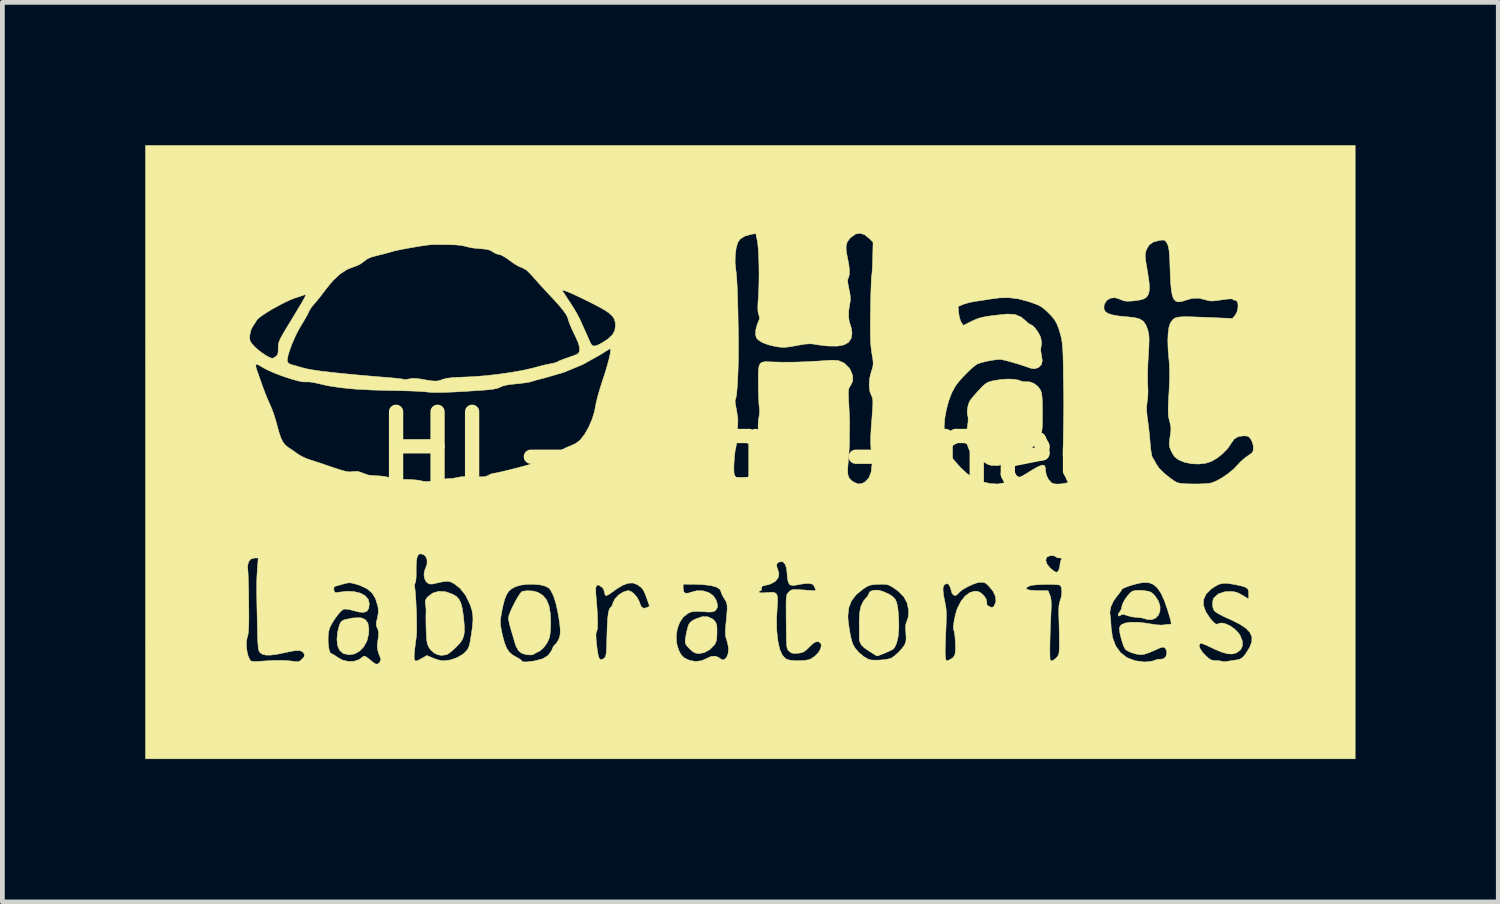
<source format=kicad_pcb>
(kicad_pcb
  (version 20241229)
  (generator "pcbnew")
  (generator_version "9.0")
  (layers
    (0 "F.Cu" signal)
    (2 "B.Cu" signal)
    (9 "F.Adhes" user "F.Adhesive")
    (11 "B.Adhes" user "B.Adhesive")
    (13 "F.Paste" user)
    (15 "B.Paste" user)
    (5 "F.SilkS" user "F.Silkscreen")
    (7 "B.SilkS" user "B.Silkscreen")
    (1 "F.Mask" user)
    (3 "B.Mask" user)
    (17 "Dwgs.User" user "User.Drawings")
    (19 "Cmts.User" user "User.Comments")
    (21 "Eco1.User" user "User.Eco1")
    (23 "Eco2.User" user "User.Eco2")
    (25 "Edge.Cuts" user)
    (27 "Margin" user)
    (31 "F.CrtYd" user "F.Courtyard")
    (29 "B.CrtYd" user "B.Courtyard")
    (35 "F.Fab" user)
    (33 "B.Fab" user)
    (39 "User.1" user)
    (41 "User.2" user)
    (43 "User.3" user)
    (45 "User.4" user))
  (footprint "HL-logo-neg"
    (layer "F.Cu")
    (at 12.705 6.431)
    (property "Reference" "HL-logo-neg" (at 0 0 0) (layer "F.SilkS") (effects (font (size 1.524 1.524) (thickness 0.3))))
    (attr through_hole)
    (fp_poly (pts (xy -8.163 3.495) (xy -8.08 3.533) (xy -8.029 3.609) (xy -8.009 3.725) (xy -8.015 3.832) (xy -8.05 3.976) (xy -8.116 4.098) (xy -8.205 4.19) (xy -8.309 4.249) (xy -8.423 4.268) (xy -8.539 4.243) (xy -8.552 4.237) (xy -8.622 4.176) (xy -8.665 4.078) (xy -8.68 3.95) (xy -8.667 3.798) (xy -8.634 3.662) (xy -8.604 3.589) (xy -8.561 3.548) (xy -8.524 3.533) (xy -8.352 3.495) (xy -8.204 3.489) (xy -8.163 3.495)) (stroke (width 0.01) (type solid)) (fill yes) (layer "F.SilkS"))
    (fp_poly (pts (xy -0.797 3.513) (xy -0.758 3.547) (xy -0.727 3.588) (xy -0.709 3.634) (xy -0.701 3.702) (xy -0.7 3.8) (xy -0.704 3.911) (xy -0.718 3.987) (xy -0.742 4.042) (xy -0.753 4.058) (xy -0.85 4.157) (xy -0.964 4.221) (xy -1.074 4.242) (xy -1.142 4.235) (xy -1.199 4.208) (xy -1.265 4.151) (xy -1.276 4.141) (xy -1.334 4.079) (xy -1.362 4.032) (xy -1.368 3.981) (xy -1.363 3.931) (xy -1.347 3.836) (xy -1.324 3.731) (xy -1.317 3.703) (xy -1.293 3.632) (xy -1.26 3.584) (xy -1.204 3.544) (xy -1.151 3.517) (xy -1.018 3.469) (xy -0.898 3.468) (xy -0.797 3.513)) (stroke (width 0.01) (type solid)) (fill yes) (layer "F.SilkS"))
    (fp_poly (pts (xy 8.211 2.916) (xy 8.253 2.919) (xy 8.346 2.932) (xy 8.407 2.951) (xy 8.455 2.986) (xy 8.5 3.034) (xy 8.57 3.141) (xy 8.603 3.249) (xy 8.601 3.349) (xy 8.569 3.434) (xy 8.51 3.497) (xy 8.429 3.53) (xy 8.327 3.525) (xy 8.268 3.505) (xy 8.21 3.491) (xy 8.13 3.482) (xy 8.108 3.482) (xy 8.013 3.471) (xy 7.919 3.446) (xy 7.907 3.441) (xy 7.83 3.418) (xy 7.788 3.428) (xy 7.752 3.452) (xy 7.742 3.454) (xy 7.722 3.438) (xy 7.732 3.399) (xy 7.76 3.362) (xy 7.791 3.306) (xy 7.798 3.265) (xy 7.815 3.202) (xy 7.857 3.12) (xy 7.915 3.037) (xy 7.976 2.968) (xy 8.026 2.931) (xy 8.1 2.915) (xy 8.211 2.916)) (stroke (width 0.01) (type solid)) (fill yes) (layer "F.SilkS"))
    (fp_poly (pts (xy -4.558 2.93) (xy -4.463 2.956) (xy -4.358 3.02) (xy -4.28 3.112) (xy -4.228 3.239) (xy -4.199 3.403) (xy -4.191 3.581) (xy -4.194 3.699) (xy -4.202 3.807) (xy -4.214 3.889) (xy -4.22 3.914) (xy -4.269 4.02) (xy -4.337 4.114) (xy -4.412 4.182) (xy -4.441 4.198) (xy -4.505 4.229) (xy -4.547 4.255) (xy -4.6 4.271) (xy -4.683 4.268) (xy -4.692 4.267) (xy -4.796 4.238) (xy -4.869 4.18) (xy -4.921 4.084) (xy -4.94 4.028) (xy -4.968 3.933) (xy -5.002 3.817) (xy -5.029 3.725) (xy -5.055 3.63) (xy -5.073 3.548) (xy -5.08 3.496) (xy -5.08 3.496) (xy -5.068 3.441) (xy -5.037 3.36) (xy -4.993 3.262) (xy -4.941 3.16) (xy -4.888 3.065) (xy -4.839 2.989) (xy -4.8 2.944) (xy -4.788 2.936) (xy -4.679 2.922) (xy -4.558 2.93)) (stroke (width 0.01) (type solid)) (fill yes) (layer "F.SilkS"))
    (fp_poly (pts (xy -6.4 2.943) (xy -6.245 2.999) (xy -6.241 3.001) (xy -6.17 3.045) (xy -6.118 3.101) (xy -6.079 3.178) (xy -6.051 3.285) (xy -6.028 3.43) (xy -6.021 3.487) (xy -6.006 3.65) (xy -6.004 3.774) (xy -6.017 3.871) (xy -6.049 3.952) (xy -6.104 4.029) (xy -6.183 4.112) (xy -6.196 4.124) (xy -6.27 4.19) (xy -6.335 4.241) (xy -6.378 4.266) (xy -6.384 4.267) (xy -6.442 4.274) (xy -6.456 4.278) (xy -6.502 4.278) (xy -6.569 4.265) (xy -6.571 4.264) (xy -6.64 4.228) (xy -6.708 4.168) (xy -6.722 4.15) (xy -6.76 4.092) (xy -6.783 4.031) (xy -6.796 3.948) (xy -6.802 3.865) (xy -6.808 3.726) (xy -6.811 3.581) (xy -6.812 3.45) (xy -6.809 3.348) (xy -6.808 3.334) (xy -6.811 3.278) (xy -6.822 3.206) (xy -6.822 3.205) (xy -6.826 3.135) (xy -6.797 3.077) (xy -6.779 3.056) (xy -6.669 2.972) (xy -6.542 2.934) (xy -6.4 2.943)) (stroke (width 0.01) (type solid)) (fill yes) (layer "F.SilkS"))
    (fp_poly (pts (xy 2.718 2.918) (xy 2.802 2.945) (xy 2.896 2.988) (xy 2.932 3.007) (xy 2.992 3.049) (xy 3.037 3.096) (xy 3.069 3.16) (xy 3.09 3.247) (xy 3.105 3.367) (xy 3.116 3.528) (xy 3.117 3.538) (xy 3.118 3.723) (xy 3.103 3.886) (xy 3.073 4.019) (xy 3.029 4.115) (xy 3 4.148) (xy 2.964 4.169) (xy 2.899 4.199) (xy 2.82 4.234) (xy 2.743 4.265) (xy 2.683 4.287) (xy 2.658 4.292) (xy 2.637 4.28) (xy 2.583 4.247) (xy 2.509 4.2) (xy 2.497 4.193) (xy 2.395 4.122) (xy 2.331 4.06) (xy 2.298 3.995) (xy 2.287 3.916) (xy 2.287 3.88) (xy 2.288 3.799) (xy 2.288 3.691) (xy 2.286 3.579) (xy 2.286 3.578) (xy 2.293 3.394) (xy 2.322 3.251) (xy 2.375 3.141) (xy 2.415 3.093) (xy 2.462 3.038) (xy 2.488 2.991) (xy 2.489 2.982) (xy 2.512 2.942) (xy 2.57 2.917) (xy 2.652 2.91) (xy 2.718 2.918)) (stroke (width 0.01) (type solid)) (fill yes) (layer "F.SilkS"))
    (fp_poly (pts (xy 5.531 -1.518) (xy 5.63 -1.5) (xy 5.662 -1.487) (xy 5.73 -1.465) (xy 5.789 -1.465) (xy 5.869 -1.463) (xy 5.958 -1.427) (xy 6.038 -1.366) (xy 6.088 -1.299) (xy 6.106 -1.254) (xy 6.119 -1.2) (xy 6.127 -1.126) (xy 6.132 -1.025) (xy 6.134 -0.885) (xy 6.134 -0.813) (xy 6.133 -0.662) (xy 6.131 -0.552) (xy 6.126 -0.473) (xy 6.117 -0.414) (xy 6.101 -0.365) (xy 6.079 -0.316) (xy 6.062 -0.284) (xy 5.957 -0.123) (xy 5.82 0.013) (xy 5.644 0.13) (xy 5.55 0.178) (xy 5.355 0.257) (xy 5.191 0.295) (xy 5.056 0.291) (xy 4.991 0.271) (xy 4.933 0.238) (xy 4.852 0.185) (xy 4.764 0.123) (xy 4.757 0.118) (xy 4.673 0.053) (xy 4.62 -0.001) (xy 4.586 -0.057) (xy 4.56 -0.133) (xy 4.559 -0.138) (xy 4.539 -0.215) (xy 4.531 -0.282) (xy 4.534 -0.356) (xy 4.549 -0.458) (xy 4.554 -0.488) (xy 4.572 -0.623) (xy 4.574 -0.712) (xy 4.566 -0.746) (xy 4.554 -0.807) (xy 4.558 -0.894) (xy 4.577 -0.985) (xy 4.605 -1.057) (xy 4.636 -1.099) (xy 4.691 -1.167) (xy 4.762 -1.247) (xy 4.794 -1.282) (xy 4.872 -1.365) (xy 4.932 -1.419) (xy 4.986 -1.452) (xy 5.049 -1.474) (xy 5.111 -1.488) (xy 5.258 -1.512) (xy 5.402 -1.522) (xy 5.531 -1.518)) (stroke (width 0.01) (type solid)) (fill yes) (layer "F.SilkS"))
    (fp_poly (pts (xy 12.7 6.452) (xy -12.7 6.452) (xy -12.7 4.078) (xy -10.581 4.078) (xy -10.569 4.19) (xy -10.545 4.292) (xy -10.511 4.369) (xy -10.482 4.4) (xy -10.444 4.407) (xy -10.37 4.408) (xy -10.274 4.403) (xy -10.249 4.401) (xy -10.12 4.392) (xy -9.982 4.386) (xy -9.868 4.385) (xy -9.759 4.389) (xy -9.653 4.397) (xy -9.584 4.406) (xy -9.511 4.415) (xy -9.463 4.402) (xy -9.413 4.361) (xy -9.412 4.359) (xy -9.369 4.309) (xy -9.362 4.269) (xy -9.372 4.242) (xy -9.406 4.202) (xy -9.459 4.181) (xy -9.539 4.179) (xy -9.653 4.196) (xy -9.756 4.219) (xy -9.936 4.257) (xy -10.076 4.275) (xy -10.179 4.274) (xy -10.253 4.252) (xy -10.288 4.227) (xy -10.305 4.207) (xy -10.318 4.182) (xy -10.328 4.144) (xy -10.335 4.088) (xy -10.341 4.005) (xy -10.342 3.992) (xy -8.865 3.992) (xy -8.857 4.091) (xy -8.842 4.174) (xy -8.821 4.228) (xy -8.801 4.242) (xy -8.764 4.257) (xy -8.706 4.294) (xy -8.679 4.314) (xy -8.567 4.378) (xy -8.442 4.408) (xy -8.319 4.404) (xy -8.211 4.366) (xy -8.158 4.327) (xy -8.126 4.301) (xy -8.094 4.298) (xy -8.05 4.322) (xy -7.981 4.377) (xy -7.976 4.381) (xy -7.905 4.438) (xy -7.859 4.464) (xy -7.826 4.462) (xy -7.792 4.436) (xy -7.785 4.429) (xy -7.758 4.377) (xy -7.762 4.346) (xy -7.78 4.3) (xy -7.059 4.3) (xy -7.056 4.361) (xy -7.042 4.392) (xy -7.015 4.398) (xy -6.975 4.384) (xy -6.921 4.356) (xy -6.914 4.351) (xy -6.79 4.283) (xy -6.661 4.338) (xy -6.57 4.371) (xy -6.483 4.391) (xy -6.445 4.394) (xy -6.303 4.377) (xy -6.161 4.329) (xy -6.04 4.26) (xy -5.994 4.22) (xy -5.954 4.177) (xy -5.926 4.136) (xy -5.905 4.085) (xy -5.887 4.012) (xy -5.869 3.907) (xy -5.856 3.828) (xy -5.834 3.667) (xy -5.828 3.592) (xy -5.249 3.592) (xy -5.242 3.669) (xy -5.224 3.768) (xy -5.206 3.852) (xy -5.165 4.007) (xy -5.121 4.121) (xy -5.067 4.205) (xy -4.996 4.269) (xy -4.918 4.314) (xy -4.852 4.351) (xy -4.809 4.383) (xy -4.801 4.396) (xy -4.777 4.415) (xy -4.704 4.418) (xy -4.585 4.405) (xy -4.503 4.391) (xy -4.354 4.349) (xy -4.246 4.281) (xy -4.175 4.184) (xy -4.162 4.152) (xy -4.137 4.094) (xy -4.115 4.065) (xy -4.112 4.064) (xy -4.088 4.044) (xy -4.052 3.996) (xy -4.041 3.978) (xy -4.01 3.913) (xy -3.993 3.835) (xy -3.991 3.735) (xy -4.003 3.606) (xy -4.03 3.438) (xy -4.036 3.402) (xy -4.081 3.193) (xy -4.133 3.031) (xy -4.175 2.946) (xy -3.246 2.946) (xy -3.242 3.014) (xy -3.222 3.251) (xy -3.21 3.446) (xy -3.206 3.598) (xy -3.209 3.704) (xy -3.22 3.762) (xy -3.224 3.77) (xy -3.238 3.802) (xy -3.242 3.86) (xy -3.237 3.953) (xy -3.228 4.047) (xy -3.21 4.191) (xy -3.192 4.289) (xy -3.172 4.347) (xy -3.145 4.371) (xy -3.11 4.365) (xy -3.065 4.337) (xy -3.048 4.319) (xy -3.036 4.288) (xy -3.027 4.238) (xy -3.021 4.159) (xy -3.016 4.046) (xy -3.012 3.89) (xy -3.011 3.875) (xy -1.556 3.875) (xy -1.547 4.027) (xy -1.506 4.167) (xy -1.456 4.263) (xy -1.397 4.325) (xy -1.313 4.37) (xy -1.277 4.384) (xy -1.151 4.408) (xy -1.023 4.393) (xy -0.913 4.343) (xy -0.827 4.303) (xy -0.739 4.296) (xy -0.665 4.322) (xy -0.645 4.34) (xy -0.592 4.375) (xy -0.541 4.366) (xy -0.497 4.32) (xy -0.467 4.243) (xy -0.457 4.155) (xy -0.466 4.077) (xy -0.488 3.985) (xy -0.496 3.959) (xy -0.514 3.899) (xy -0.523 3.834) (xy -0.523 3.753) (xy -0.515 3.641) (xy -0.509 3.583) (xy -0.495 3.435) (xy -0.487 3.327) (xy -0.486 3.25) (xy -0.493 3.195) (xy -0.509 3.15) (xy -0.534 3.107) (xy -0.546 3.089) (xy -0.585 3.024) (xy -0.607 2.972) (xy -0.61 2.96) (xy -0.613 2.95) (xy 0.178 2.95) (xy 0.197 2.965) (xy 0.256 2.968) (xy 0.341 2.962) (xy 0.443 2.955) (xy 0.512 2.963) (xy 0.552 2.994) (xy 0.571 3.055) (xy 0.572 3.153) (xy 0.565 3.259) (xy 0.551 3.514) (xy 0.553 3.735) (xy 0.573 3.937) (xy 0.583 4) (xy 0.62 4.161) (xy 0.672 4.275) (xy 0.74 4.348) (xy 0.763 4.362) (xy 0.834 4.382) (xy 0.935 4.392) (xy 1.05 4.393) (xy 1.159 4.384) (xy 1.244 4.367) (xy 1.267 4.357) (xy 1.354 4.299) (xy 1.423 4.229) (xy 1.469 4.155) (xy 1.49 4.085) (xy 1.482 4.03) (xy 1.44 3.997) (xy 1.42 3.993) (xy 1.371 3.998) (xy 1.317 4.03) (xy 1.247 4.096) (xy 1.239 4.104) (xy 1.169 4.172) (xy 1.113 4.21) (xy 1.05 4.229) (xy 0.997 4.235) (xy 0.914 4.239) (xy 0.86 4.227) (xy 0.817 4.195) (xy 0.816 4.194) (xy 0.798 4.176) (xy 0.785 4.159) (xy 0.775 4.134) (xy 0.767 4.097) (xy 0.762 4.042) (xy 0.758 3.961) (xy 0.756 3.85) (xy 0.754 3.701) (xy 0.752 3.508) (xy 0.752 3.467) (xy 0.752 3.454) (xy 2.048 3.454) (xy 2.054 3.553) (xy 2.07 3.677) (xy 2.092 3.809) (xy 2.118 3.931) (xy 2.144 4.025) (xy 2.151 4.043) (xy 2.204 4.134) (xy 2.285 4.225) (xy 2.379 4.304) (xy 2.473 4.359) (xy 2.535 4.377) (xy 2.632 4.381) (xy 2.742 4.377) (xy 2.848 4.366) (xy 2.931 4.348) (xy 2.959 4.338) (xy 3.028 4.291) (xy 3.108 4.218) (xy 3.183 4.137) (xy 3.237 4.064) (xy 3.243 4.053) (xy 3.265 3.993) (xy 3.272 3.915) (xy 3.265 3.807) (xy 3.259 3.7) (xy 3.265 3.624) (xy 3.286 3.562) (xy 3.291 3.553) (xy 3.319 3.466) (xy 3.324 3.352) (xy 3.322 3.326) (xy 3.292 3.177) (xy 3.222 3.048) (xy 3.107 2.932) (xy 3.071 2.905) (xy 4.045 2.905) (xy 4.057 3.013) (xy 4.072 3.092) (xy 4.089 3.18) (xy 4.102 3.252) (xy 4.111 3.316) (xy 4.115 3.382) (xy 4.116 3.459) (xy 4.114 3.557) (xy 4.109 3.686) (xy 4.102 3.855) (xy 4.101 3.877) (xy 4.094 4.059) (xy 4.091 4.196) (xy 4.094 4.293) (xy 4.101 4.355) (xy 4.113 4.387) (xy 4.128 4.394) (xy 4.16 4.383) (xy 4.199 4.365) (xy 4.251 4.331) (xy 4.285 4.289) (xy 4.303 4.229) (xy 4.308 4.139) (xy 4.306 4.018) (xy 4.299 3.911) (xy 4.289 3.822) (xy 4.277 3.764) (xy 4.271 3.751) (xy 4.263 3.711) (xy 4.268 3.637) (xy 4.282 3.541) (xy 4.304 3.437) (xy 4.331 3.339) (xy 4.349 3.289) (xy 4.423 3.145) (xy 4.511 3.034) (xy 4.609 2.962) (xy 4.711 2.931) (xy 4.786 2.939) (xy 4.851 2.975) (xy 4.911 3.035) (xy 4.953 3.104) (xy 4.967 3.167) (xy 4.964 3.179) (xy 4.969 3.222) (xy 5.017 3.256) (xy 5.018 3.256) (xy 5.07 3.274) (xy 5.104 3.26) (xy 5.121 3.239) (xy 5.157 3.15) (xy 5.148 3.046) (xy 5.098 2.937) (xy 5.064 2.892) (xy 5.054 2.88) (xy 5.791 2.88) (xy 5.824 2.901) (xy 5.904 2.915) (xy 6.031 2.921) (xy 6.061 2.921) (xy 6.251 2.921) (xy 6.29 3.014) (xy 6.305 3.058) (xy 6.314 3.111) (xy 6.318 3.182) (xy 6.318 3.28) (xy 6.312 3.414) (xy 6.307 3.516) (xy 6.3 3.676) (xy 6.295 3.841) (xy 6.291 4) (xy 6.289 4.143) (xy 6.29 4.261) (xy 6.293 4.345) (xy 6.296 4.375) (xy 6.318 4.395) (xy 6.362 4.382) (xy 6.417 4.34) (xy 6.428 4.329) (xy 6.456 4.295) (xy 6.474 4.258) (xy 6.484 4.206) (xy 6.488 4.128) (xy 6.489 4.01) (xy 6.489 4.005) (xy 6.487 3.857) (xy 6.484 3.687) (xy 6.48 3.527) (xy 6.478 3.48) (xy 6.476 3.37) (xy 7.549 3.37) (xy 7.552 3.408) (xy 7.56 3.475) (xy 7.569 3.572) (xy 7.575 3.681) (xy 7.576 3.696) (xy 7.605 3.905) (xy 7.671 4.081) (xy 7.773 4.222) (xy 7.907 4.327) (xy 8.074 4.392) (xy 8.27 4.418) (xy 8.28 4.418) (xy 8.373 4.412) (xy 8.455 4.397) (xy 8.487 4.384) (xy 8.558 4.362) (xy 8.616 4.361) (xy 8.678 4.352) (xy 8.723 4.308) (xy 8.745 4.244) (xy 8.739 4.175) (xy 8.707 4.124) (xy 8.683 4.108) (xy 8.65 4.108) (xy 8.596 4.125) (xy 8.511 4.163) (xy 8.482 4.177) (xy 8.371 4.224) (xy 8.273 4.256) (xy 8.205 4.266) (xy 8.101 4.253) (xy 7.993 4.22) (xy 7.904 4.176) (xy 7.878 4.156) (xy 7.85 4.112) (xy 7.833 4.068) (xy 9.423 4.068) (xy 9.439 4.132) (xy 9.494 4.213) (xy 9.545 4.269) (xy 9.615 4.336) (xy 9.668 4.372) (xy 9.72 4.387) (xy 9.775 4.39) (xy 9.846 4.393) (xy 9.893 4.402) (xy 9.901 4.406) (xy 9.935 4.414) (xy 9.997 4.409) (xy 10.008 4.407) (xy 10.093 4.393) (xy 10.189 4.379) (xy 10.207 4.376) (xy 10.277 4.361) (xy 10.33 4.33) (xy 10.382 4.271) (xy 10.401 4.246) (xy 10.485 4.113) (xy 10.529 3.997) (xy 10.532 3.894) (xy 10.491 3.799) (xy 10.406 3.71) (xy 10.274 3.623) (xy 10.094 3.533) (xy 10.055 3.516) (xy 9.942 3.465) (xy 9.844 3.414) (xy 9.773 3.371) (xy 9.74 3.343) (xy 9.712 3.273) (xy 9.705 3.185) (xy 9.718 3.105) (xy 9.735 3.071) (xy 9.828 2.99) (xy 9.952 2.947) (xy 10.057 2.938) (xy 10.159 2.944) (xy 10.241 2.968) (xy 10.334 3.018) (xy 10.334 3.018) (xy 10.465 3.098) (xy 10.465 2.989) (xy 10.462 2.93) (xy 10.446 2.887) (xy 10.411 2.856) (xy 10.347 2.831) (xy 10.248 2.808) (xy 10.147 2.788) (xy 10.017 2.768) (xy 9.918 2.768) (xy 9.833 2.79) (xy 9.744 2.84) (xy 9.67 2.892) (xy 9.57 2.993) (xy 9.518 3.106) (xy 9.515 3.229) (xy 9.561 3.363) (xy 9.656 3.504) (xy 9.678 3.531) (xy 9.736 3.593) (xy 9.775 3.623) (xy 9.806 3.625) (xy 9.828 3.614) (xy 9.895 3.599) (xy 9.982 3.618) (xy 10.078 3.663) (xy 10.171 3.729) (xy 10.249 3.809) (xy 10.283 3.858) (xy 10.33 3.978) (xy 10.333 4.082) (xy 10.291 4.167) (xy 10.205 4.228) (xy 10.196 4.231) (xy 10.113 4.252) (xy 10.014 4.245) (xy 9.892 4.21) (xy 9.741 4.146) (xy 9.675 4.114) (xy 9.582 4.07) (xy 9.506 4.039) (xy 9.457 4.026) (xy 9.448 4.027) (xy 9.423 4.068) (xy 7.833 4.068) (xy 7.819 4.033) (xy 7.79 3.935) (xy 7.765 3.836) (xy 7.751 3.75) (xy 7.751 3.695) (xy 7.786 3.64) (xy 7.864 3.603) (xy 7.981 3.584) (xy 8.131 3.585) (xy 8.31 3.604) (xy 8.399 3.619) (xy 8.516 3.637) (xy 8.62 3.644) (xy 8.687 3.64) (xy 8.755 3.629) (xy 8.804 3.628) (xy 8.807 3.628) (xy 8.827 3.628) (xy 8.836 3.611) (xy 8.832 3.571) (xy 8.814 3.501) (xy 8.782 3.392) (xy 8.763 3.33) (xy 8.693 3.128) (xy 8.622 2.974) (xy 8.546 2.862) (xy 8.462 2.79) (xy 8.366 2.754) (xy 8.255 2.751) (xy 8.23 2.753) (xy 8.144 2.77) (xy 8.046 2.795) (xy 7.951 2.824) (xy 7.869 2.855) (xy 7.814 2.881) (xy 7.798 2.898) (xy 7.782 2.929) (xy 7.743 2.982) (xy 7.714 3.016) (xy 7.626 3.137) (xy 7.57 3.259) (xy 7.549 3.37) (xy 6.476 3.37) (xy 6.475 3.345) (xy 6.479 3.247) (xy 6.491 3.175) (xy 6.511 3.113) (xy 6.512 3.112) (xy 6.534 3.032) (xy 6.541 2.944) (xy 6.534 2.866) (xy 6.512 2.814) (xy 6.504 2.808) (xy 6.461 2.798) (xy 6.382 2.792) (xy 6.278 2.789) (xy 6.163 2.791) (xy 6.051 2.795) (xy 5.954 2.803) (xy 5.887 2.813) (xy 5.871 2.818) (xy 5.806 2.852) (xy 5.791 2.88) (xy 5.054 2.88) (xy 4.999 2.816) (xy 4.951 2.772) (xy 4.908 2.75) (xy 4.856 2.744) (xy 4.832 2.744) (xy 4.762 2.756) (xy 4.669 2.789) (xy 4.569 2.836) (xy 4.475 2.888) (xy 4.404 2.938) (xy 4.375 2.97) (xy 4.327 3.016) (xy 4.276 3.019) (xy 4.237 2.981) (xy 4.228 2.953) (xy 4.197 2.844) (xy 4.16 2.785) (xy 4.124 2.773) (xy 4.077 2.793) (xy 4.051 2.835) (xy 4.045 2.905) (xy 3.071 2.905) (xy 3.031 2.877) (xy 2.954 2.828) (xy 2.895 2.8) (xy 2.833 2.788) (xy 2.749 2.786) (xy 2.695 2.787) (xy 2.591 2.793) (xy 2.517 2.806) (xy 2.454 2.832) (xy 2.381 2.878) (xy 2.365 2.889) (xy 2.22 3.008) (xy 2.122 3.137) (xy 2.066 3.284) (xy 2.048 3.454) (xy 0.752 3.454) (xy 0.751 3.304) (xy 0.751 3.184) (xy 0.753 3.1) (xy 0.759 3.042) (xy 0.768 3.004) (xy 0.783 2.977) (xy 0.803 2.955) (xy 0.808 2.95) (xy 0.837 2.922) (xy 0.869 2.906) (xy 0.913 2.898) (xy 0.981 2.899) (xy 1.085 2.905) (xy 1.122 2.907) (xy 1.376 2.925) (xy 1.358 2.866) (xy 1.333 2.812) (xy 1.311 2.788) (xy 1.251 2.772) (xy 1.156 2.772) (xy 1.035 2.789) (xy 0.992 2.799) (xy 0.897 2.813) (xy 0.835 2.8) (xy 0.798 2.752) (xy 0.78 2.664) (xy 0.775 2.6) (xy 0.762 2.462) (xy 0.734 2.37) (xy 0.693 2.322) (xy 0.651 2.311) (xy 0.58 2.327) (xy 0.55 2.372) (xy 0.562 2.443) (xy 0.572 2.464) (xy 0.601 2.564) (xy 0.583 2.654) (xy 0.521 2.729) (xy 0.419 2.783) (xy 0.324 2.808) (xy 0.259 2.823) (xy 0.235 2.845) (xy 0.237 2.873) (xy 0.233 2.913) (xy 0.214 2.921) (xy 0.181 2.937) (xy 0.178 2.95) (xy -0.613 2.95) (xy -0.634 2.897) (xy -0.707 2.848) (xy -0.828 2.814) (xy -0.996 2.794) (xy -1.152 2.788) (xy -1.41 2.785) (xy -1.411 2.859) (xy -1.401 2.939) (xy -1.363 2.976) (xy -1.296 2.972) (xy -1.26 2.959) (xy -1.126 2.923) (xy -0.995 2.925) (xy -0.876 2.96) (xy -0.78 3.026) (xy -0.722 3.111) (xy -0.691 3.209) (xy -0.694 3.28) (xy -0.73 3.335) (xy -0.733 3.337) (xy -0.764 3.357) (xy -0.809 3.368) (xy -0.879 3.37) (xy -0.986 3.363) (xy -0.994 3.363) (xy -1.106 3.356) (xy -1.184 3.358) (xy -1.243 3.369) (xy -1.301 3.393) (xy -1.31 3.398) (xy -1.408 3.475) (xy -1.484 3.588) (xy -1.534 3.724) (xy -1.556 3.875) (xy -3.011 3.875) (xy -3.011 3.86) (xy -3.005 3.666) (xy -2.997 3.518) (xy -2.984 3.408) (xy -2.968 3.333) (xy -2.946 3.286) (xy -2.925 3.266) (xy -2.901 3.232) (xy -2.884 3.178) (xy -2.842 3.092) (xy -2.766 3.012) (xy -2.671 2.951) (xy -2.574 2.922) (xy -2.556 2.921) (xy -2.498 2.942) (xy -2.432 2.997) (xy -2.373 3.071) (xy -2.331 3.151) (xy -2.323 3.178) (xy -2.291 3.258) (xy -2.242 3.292) (xy -2.177 3.279) (xy -2.175 3.278) (xy -2.116 3.247) (xy -2.174 3.083) (xy -2.213 2.977) (xy -2.248 2.906) (xy -2.289 2.856) (xy -2.345 2.813) (xy -2.377 2.793) (xy -2.463 2.76) (xy -2.561 2.764) (xy -2.676 2.806) (xy -2.812 2.887) (xy -2.897 2.95) (xy -2.976 3.005) (xy -3.025 3.025) (xy -3.051 3.01) (xy -3.059 2.962) (xy -3.085 2.882) (xy -3.131 2.836) (xy -3.188 2.803) (xy -3.225 2.809) (xy -3.244 2.855) (xy -3.246 2.946) (xy -4.175 2.946) (xy -4.19 2.916) (xy -4.232 2.866) (xy -4.306 2.826) (xy -4.415 2.799) (xy -4.546 2.787) (xy -4.684 2.788) (xy -4.815 2.804) (xy -4.925 2.836) (xy -4.934 2.84) (xy -5.01 2.88) (xy -5.07 2.931) (xy -5.117 3) (xy -5.156 3.095) (xy -5.191 3.225) (xy -5.226 3.395) (xy -5.232 3.433) (xy -5.245 3.519) (xy -5.249 3.592) (xy -5.828 3.592) (xy -5.824 3.542) (xy -5.827 3.439) (xy -5.843 3.343) (xy -5.874 3.242) (xy -5.89 3.199) (xy -5.978 3.019) (xy -6.092 2.874) (xy -6.215 2.777) (xy -6.266 2.749) (xy -6.311 2.731) (xy -6.36 2.725) (xy -6.423 2.729) (xy -6.512 2.745) (xy -6.637 2.773) (xy -6.683 2.783) (xy -6.752 2.778) (xy -6.807 2.733) (xy -6.842 2.662) (xy -6.853 2.576) (xy -6.834 2.485) (xy -6.821 2.456) (xy -6.788 2.362) (xy -6.788 2.283) (xy 6.203 2.283) (xy 6.226 2.358) (xy 6.29 2.44) (xy 6.313 2.461) (xy 6.381 2.516) (xy 6.425 2.536) (xy 6.455 2.523) (xy 6.476 2.491) (xy 6.496 2.428) (xy 6.502 2.369) (xy 6.512 2.305) (xy 6.533 2.266) (xy 6.545 2.243) (xy 6.514 2.236) (xy 6.496 2.235) (xy 6.441 2.227) (xy 6.413 2.21) (xy 6.375 2.189) (xy 6.313 2.186) (xy 6.253 2.201) (xy 6.223 2.222) (xy 6.203 2.283) (xy -6.788 2.283) (xy -6.788 2.272) (xy -6.818 2.2) (xy -6.855 2.168) (xy -6.917 2.147) (xy -6.961 2.156) (xy -6.992 2.2) (xy -7.009 2.283) (xy -7.016 2.409) (xy -7.016 2.507) (xy -7.016 2.611) (xy -7.022 2.695) (xy -7.03 2.746) (xy -7.036 2.756) (xy -7.049 2.789) (xy -7.048 2.839) (xy -7.037 2.926) (xy -7.027 3.049) (xy -7.019 3.196) (xy -7.012 3.355) (xy -7.008 3.515) (xy -7.006 3.662) (xy -7.007 3.785) (xy -7.011 3.872) (xy -7.013 3.886) (xy -7.037 4.068) (xy -7.053 4.204) (xy -7.059 4.3) (xy -7.78 4.3) (xy -7.805 4.237) (xy -7.828 4.153) (xy -7.833 4.073) (xy -7.822 3.979) (xy -7.819 3.956) (xy -7.805 3.857) (xy -7.805 3.789) (xy -7.82 3.735) (xy -7.83 3.714) (xy -7.851 3.661) (xy -7.854 3.609) (xy -7.842 3.538) (xy -7.832 3.501) (xy -7.811 3.386) (xy -7.815 3.283) (xy -7.823 3.244) (xy -7.87 3.088) (xy -7.942 2.97) (xy -8.047 2.881) (xy -8.192 2.813) (xy -8.247 2.794) (xy -8.339 2.768) (xy -8.403 2.756) (xy -8.461 2.76) (xy -8.533 2.777) (xy -8.557 2.784) (xy -8.639 2.808) (xy -8.703 2.826) (xy -8.728 2.833) (xy -8.746 2.861) (xy -8.744 2.907) (xy -8.731 2.949) (xy -8.704 2.963) (xy -8.646 2.956) (xy -8.639 2.954) (xy -8.472 2.934) (xy -8.32 2.941) (xy -8.19 2.973) (xy -8.089 3.027) (xy -8.024 3.102) (xy -8.001 3.194) (xy -8.001 3.194) (xy -8.012 3.289) (xy -8.048 3.35) (xy -8.113 3.376) (xy -8.212 3.371) (xy -8.345 3.337) (xy -8.431 3.315) (xy -8.507 3.307) (xy -8.538 3.31) (xy -8.582 3.339) (xy -8.641 3.402) (xy -8.705 3.485) (xy -8.767 3.579) (xy -8.817 3.67) (xy -8.838 3.716) (xy -8.856 3.792) (xy -8.865 3.888) (xy -8.865 3.992) (xy -10.342 3.992) (xy -10.346 3.891) (xy -10.35 3.737) (xy -10.353 3.592) (xy -10.358 3.356) (xy -10.362 3.164) (xy -10.364 3.008) (xy -10.365 2.882) (xy -10.365 2.779) (xy -10.363 2.692) (xy -10.36 2.613) (xy -10.355 2.535) (xy -10.35 2.457) (xy -10.333 2.235) (xy -10.408 2.235) (xy -10.486 2.257) (xy -10.537 2.317) (xy -10.557 2.407) (xy -10.553 2.457) (xy -10.549 2.509) (xy -10.544 2.603) (xy -10.54 2.732) (xy -10.536 2.886) (xy -10.533 3.058) (xy -10.532 3.175) (xy -10.53 3.383) (xy -10.53 3.547) (xy -10.533 3.672) (xy -10.538 3.765) (xy -10.545 3.831) (xy -10.556 3.876) (xy -10.56 3.886) (xy -10.579 3.972) (xy -10.581 4.078) (xy -12.7 4.078) (xy -12.7 -1.792) (xy -10.385 -1.792) (xy -10.364 -1.714) (xy -10.354 -1.686) (xy -10.329 -1.617) (xy -10.294 -1.518) (xy -10.254 -1.405) (xy -10.238 -1.359) (xy -10.192 -1.236) (xy -10.141 -1.11) (xy -10.094 -1.003) (xy -10.082 -0.978) (xy -10.042 -0.883) (xy -9.998 -0.76) (xy -9.958 -0.629) (xy -9.944 -0.576) (xy -9.901 -0.416) (xy -9.861 -0.296) (xy -9.82 -0.209) (xy -9.773 -0.145) (xy -9.715 -0.095) (xy -9.692 -0.079) (xy -9.605 -0.022) (xy -9.519 0.04) (xy -9.499 0.055) (xy -9.427 0.098) (xy -9.329 0.144) (xy -9.246 0.174) (xy -9.132 0.21) (xy -9.013 0.249) (xy -8.941 0.274) (xy -8.776 0.33) (xy -8.652 0.371) (xy -8.561 0.399) (xy -8.494 0.417) (xy -8.444 0.425) (xy -8.403 0.427) (xy -8.363 0.423) (xy -8.344 0.42) (xy -8.247 0.417) (xy -8.159 0.442) (xy -8.131 0.456) (xy -8.02 0.494) (xy -7.882 0.508) (xy -7.866 0.508) (xy -7.755 0.514) (xy -7.641 0.531) (xy -7.58 0.546) (xy -7.495 0.564) (xy -7.38 0.578) (xy -7.258 0.586) (xy -7.226 0.586) (xy -7.116 0.59) (xy -7.018 0.597) (xy -6.949 0.606) (xy -6.934 0.61) (xy -6.864 0.626) (xy -6.787 0.631) (xy -6.689 0.622) (xy -6.558 0.601) (xy -6.528 0.596) (xy -6.429 0.578) (xy -6.347 0.568) (xy -6.298 0.565) (xy -6.291 0.566) (xy -6.25 0.565) (xy -6.183 0.551) (xy -6.16 0.545) (xy -6.066 0.529) (xy -5.932 0.524) (xy -5.811 0.527) (xy -5.688 0.532) (xy -5.604 0.53) (xy -5.547 0.52) (xy -5.506 0.502) (xy -5.501 0.499) (xy -5.437 0.468) (xy -5.386 0.457) (xy -5.346 0.451) (xy -5.265 0.434) (xy -5.154 0.408) (xy -5.019 0.375) (xy -5.016 0.374) (xy -0.346 0.374) (xy -0.343 0.446) (xy -0.333 0.493) (xy -0.311 0.53) (xy -0.274 0.569) (xy -0.266 0.577) (xy -0.171 0.645) (xy -0.068 0.663) (xy 0.043 0.631) (xy 0.122 0.582) (xy 0.182 0.533) (xy 0.221 0.493) (xy 0.229 0.478) (xy 0.224 0.443) (xy 0.213 0.37) (xy 0.196 0.274) (xy 0.187 0.225) (xy 0.166 0.086) (xy 0.161 -0.01) (xy 0.169 -0.054) (xy 0.177 -0.104) (xy 0.18 -0.192) (xy 0.175 -0.305) (xy 0.172 -0.351) (xy 0.163 -0.532) (xy 0.171 -0.672) (xy 0.18 -0.716) (xy 0.193 -0.807) (xy 0.193 -0.893) (xy 0.19 -0.918) (xy 0.183 -0.972) (xy 0.177 -1.065) (xy 0.172 -1.187) (xy 0.169 -1.327) (xy 0.168 -1.403) (xy 0.167 -1.573) (xy 0.17 -1.698) (xy 0.181 -1.786) (xy 0.204 -1.842) (xy 0.242 -1.873) (xy 0.298 -1.885) (xy 0.378 -1.885) (xy 0.441 -1.882) (xy 0.664 -1.876) (xy 0.924 -1.877) (xy 1.207 -1.887) (xy 1.501 -1.904) (xy 1.702 -1.919) (xy 1.849 -1.91) (xy 1.973 -1.856) (xy 2.073 -1.758) (xy 2.101 -1.714) (xy 2.15 -1.591) (xy 2.15 -1.48) (xy 2.105 -1.386) (xy 2.083 -1.355) (xy 2.068 -1.322) (xy 2.061 -1.277) (xy 2.059 -1.21) (xy 2.062 -1.112) (xy 2.069 -0.982) (xy 2.075 -0.85) (xy 2.081 -0.73) (xy 2.084 -0.634) (xy 2.084 -0.575) (xy 2.084 -0.572) (xy 2.083 -0.512) (xy 2.082 -0.419) (xy 2.081 -0.307) (xy 2.081 -0.254) (xy 2.078 -0.11) (xy 2.069 0.054) (xy 2.057 0.205) (xy 2.054 0.232) (xy 2.043 0.373) (xy 2.047 0.476) (xy 2.07 0.549) (xy 2.115 0.603) (xy 2.182 0.648) (xy 2.271 0.681) (xy 2.35 0.671) (xy 2.415 0.633) (xy 2.491 0.55) (xy 2.538 0.427) (xy 2.556 0.263) (xy 2.546 0.058) (xy 2.543 0.038) (xy 2.532 -0.077) (xy 2.527 -0.19) (xy 2.528 -0.314) (xy 2.535 -0.461) (xy 2.54 -0.525) (xy 4.07 -0.525) (xy 4.077 -0.374) (xy 4.102 -0.271) (xy 4.126 -0.186) (xy 4.135 -0.108) (xy 4.133 -0.083) (xy 4.132 -0.04) (xy 4.149 0.008) (xy 4.191 0.073) (xy 4.256 0.157) (xy 4.409 0.332) (xy 4.552 0.465) (xy 4.691 0.56) (xy 4.833 0.624) (xy 4.844 0.627) (xy 5.029 0.672) (xy 5.196 0.682) (xy 5.336 0.657) (xy 5.379 0.639) (xy 5.465 0.603) (xy 5.551 0.577) (xy 5.561 0.575) (xy 5.628 0.552) (xy 5.716 0.51) (xy 5.803 0.46) (xy 5.941 0.374) (xy 6.043 0.317) (xy 6.115 0.288) (xy 6.161 0.285) (xy 6.186 0.31) (xy 6.196 0.36) (xy 6.198 0.396) (xy 6.214 0.491) (xy 6.256 0.58) (xy 6.314 0.648) (xy 6.365 0.676) (xy 6.438 0.684) (xy 6.526 0.68) (xy 6.613 0.666) (xy 6.684 0.645) (xy 6.722 0.62) (xy 6.724 0.616) (xy 6.722 0.577) (xy 6.706 0.502) (xy 6.677 0.404) (xy 6.653 0.333) (xy 6.566 0.089) (xy 6.575 -0.495) (xy 6.578 -0.673) (xy 6.58 -0.843) (xy 6.581 -0.995) (xy 6.581 -1.121) (xy 6.58 -1.209) (xy 6.58 -1.232) (xy 6.578 -1.309) (xy 6.576 -1.425) (xy 6.573 -1.567) (xy 6.571 -1.722) (xy 6.57 -1.829) (xy 6.566 -2.018) (xy 6.559 -2.166) (xy 6.548 -2.282) (xy 6.533 -2.376) (xy 6.518 -2.438) (xy 6.477 -2.578) (xy 6.436 -2.682) (xy 6.389 -2.765) (xy 6.327 -2.843) (xy 6.251 -2.921) (xy 6.178 -2.988) (xy 6.159 -3.002) (xy 7.424 -3.002) (xy 7.447 -2.946) (xy 7.502 -2.903) (xy 7.594 -2.871) (xy 7.727 -2.847) (xy 7.905 -2.829) (xy 7.927 -2.828) (xy 8.074 -2.811) (xy 8.179 -2.782) (xy 8.253 -2.734) (xy 8.305 -2.66) (xy 8.344 -2.555) (xy 8.345 -2.552) (xy 8.36 -2.493) (xy 8.369 -2.432) (xy 8.373 -2.357) (xy 8.371 -2.26) (xy 8.365 -2.129) (xy 8.357 -2.002) (xy 8.348 -1.844) (xy 8.343 -1.687) (xy 8.341 -1.546) (xy 8.343 -1.434) (xy 8.345 -1.397) (xy 8.35 -1.271) (xy 8.345 -1.143) (xy 8.334 -1.058) (xy 8.322 -0.962) (xy 8.321 -0.862) (xy 8.332 -0.739) (xy 8.343 -0.664) (xy 8.362 -0.52) (xy 8.38 -0.355) (xy 8.394 -0.2) (xy 8.396 -0.165) (xy 8.407 -0.053) (xy 8.421 0.042) (xy 8.436 0.107) (xy 8.445 0.127) (xy 8.476 0.174) (xy 8.513 0.243) (xy 8.521 0.26) (xy 8.58 0.348) (xy 8.68 0.448) (xy 8.812 0.555) (xy 8.895 0.613) (xy 8.94 0.641) (xy 8.987 0.659) (xy 9.047 0.67) (xy 9.131 0.677) (xy 9.252 0.68) (xy 9.285 0.681) (xy 9.414 0.681) (xy 9.534 0.676) (xy 9.631 0.668) (xy 9.682 0.659) (xy 9.788 0.617) (xy 9.911 0.548) (xy 10.036 0.461) (xy 10.148 0.369) (xy 10.219 0.294) (xy 10.294 0.214) (xy 10.378 0.14) (xy 10.423 0.107) (xy 10.488 0.062) (xy 10.535 0.025) (xy 10.547 0.013) (xy 10.565 -0.048) (xy 10.559 -0.132) (xy 10.531 -0.219) (xy 10.516 -0.248) (xy 10.476 -0.301) (xy 10.431 -0.325) (xy 10.358 -0.33) (xy 10.357 -0.33) (xy 10.244 -0.314) (xy 10.159 -0.261) (xy 10.09 -0.164) (xy 10.085 -0.154) (xy 10.018 -0.057) (xy 9.918 0.044) (xy 9.801 0.137) (xy 9.686 0.205) (xy 9.558 0.247) (xy 9.411 0.263) (xy 9.259 0.255) (xy 9.115 0.225) (xy 8.992 0.174) (xy 8.91 0.11) (xy 8.872 0.055) (xy 8.833 -0.02) (xy 8.825 -0.038) (xy 8.803 -0.099) (xy 8.796 -0.158) (xy 8.801 -0.234) (xy 8.814 -0.317) (xy 8.829 -0.424) (xy 8.831 -0.504) (xy 8.818 -0.58) (xy 8.804 -0.635) (xy 8.789 -0.691) (xy 8.779 -0.749) (xy 8.775 -0.819) (xy 8.774 -0.91) (xy 8.779 -1.031) (xy 8.787 -1.191) (xy 8.79 -1.23) (xy 8.8 -1.443) (xy 8.804 -1.62) (xy 8.801 -1.771) (xy 8.792 -1.912) (xy 8.787 -1.961) (xy 8.771 -2.154) (xy 8.766 -2.332) (xy 8.773 -2.487) (xy 8.79 -2.61) (xy 8.817 -2.693) (xy 8.823 -2.703) (xy 8.853 -2.746) (xy 8.883 -2.78) (xy 8.921 -2.804) (xy 8.972 -2.819) (xy 9.044 -2.828) (xy 9.143 -2.831) (xy 9.276 -2.828) (xy 9.449 -2.822) (xy 9.55 -2.818) (xy 10.122 -2.794) (xy 10.179 -2.859) (xy 10.215 -2.921) (xy 10.236 -2.997) (xy 10.241 -3.075) (xy 10.229 -3.138) (xy 10.201 -3.172) (xy 10.188 -3.175) (xy 10.143 -3.185) (xy 10.13 -3.198) (xy 10.103 -3.205) (xy 10.035 -3.203) (xy 9.938 -3.191) (xy 9.895 -3.185) (xy 9.781 -3.168) (xy 9.701 -3.161) (xy 9.639 -3.164) (xy 9.581 -3.178) (xy 9.554 -3.187) (xy 9.41 -3.221) (xy 9.277 -3.216) (xy 9.151 -3.18) (xy 9.061 -3.151) (xy 8.989 -3.142) (xy 8.933 -3.157) (xy 8.891 -3.2) (xy 8.861 -3.276) (xy 8.84 -3.389) (xy 8.826 -3.543) (xy 8.816 -3.742) (xy 8.814 -3.81) (xy 8.808 -3.985) (xy 8.801 -4.117) (xy 8.793 -4.214) (xy 8.782 -4.283) (xy 8.768 -4.333) (xy 8.754 -4.365) (xy 8.723 -4.416) (xy 8.692 -4.439) (xy 8.641 -4.44) (xy 8.59 -4.433) (xy 8.464 -4.4) (xy 8.376 -4.339) (xy 8.318 -4.243) (xy 8.313 -4.228) (xy 8.298 -4.179) (xy 8.292 -4.128) (xy 8.294 -4.064) (xy 8.306 -3.975) (xy 8.327 -3.85) (xy 8.33 -3.834) (xy 8.358 -3.662) (xy 8.375 -3.53) (xy 8.38 -3.431) (xy 8.373 -3.357) (xy 8.356 -3.298) (xy 8.354 -3.293) (xy 8.318 -3.241) (xy 8.261 -3.205) (xy 8.172 -3.18) (xy 8.043 -3.163) (xy 8.036 -3.162) (xy 7.932 -3.156) (xy 7.858 -3.161) (xy 7.796 -3.181) (xy 7.765 -3.197) (xy 7.66 -3.23) (xy 7.563 -3.221) (xy 7.485 -3.175) (xy 7.435 -3.095) (xy 7.429 -3.073) (xy 7.424 -3.002) (xy 6.159 -3.002) (xy 6.114 -3.037) (xy 6.044 -3.075) (xy 5.953 -3.111) (xy 5.838 -3.15) (xy 5.634 -3.205) (xy 5.44 -3.23) (xy 5.238 -3.227) (xy 5.019 -3.199) (xy 4.901 -3.179) (xy 4.773 -3.16) (xy 4.712 -3.151) (xy 4.609 -3.131) (xy 4.509 -3.104) (xy 4.461 -3.087) (xy 4.363 -3.045) (xy 4.374 -2.913) (xy 4.389 -2.822) (xy 4.414 -2.742) (xy 4.428 -2.715) (xy 4.472 -2.648) (xy 4.648 -2.736) (xy 4.72 -2.769) (xy 4.79 -2.796) (xy 4.866 -2.818) (xy 4.959 -2.836) (xy 5.077 -2.853) (xy 5.228 -2.87) (xy 5.397 -2.887) (xy 5.551 -2.879) (xy 5.686 -2.824) (xy 5.782 -2.744) (xy 5.834 -2.696) (xy 5.875 -2.669) (xy 5.884 -2.667) (xy 5.925 -2.646) (xy 5.978 -2.593) (xy 6.032 -2.52) (xy 6.077 -2.442) (xy 6.099 -2.387) (xy 6.117 -2.277) (xy 6.106 -2.215) (xy 6.096 -2.125) (xy 6.113 -2.024) (xy 6.13 -1.909) (xy 6.112 -1.826) (xy 6.057 -1.77) (xy 6.026 -1.755) (xy 5.963 -1.738) (xy 5.899 -1.746) (xy 5.852 -1.761) (xy 5.756 -1.795) (xy 5.641 -1.832) (xy 5.521 -1.868) (xy 5.409 -1.899) (xy 5.317 -1.922) (xy 5.259 -1.933) (xy 5.254 -1.934) (xy 5.174 -1.93) (xy 5.067 -1.915) (xy 4.951 -1.893) (xy 4.846 -1.866) (xy 4.771 -1.84) (xy 4.766 -1.838) (xy 4.707 -1.797) (xy 4.627 -1.728) (xy 4.536 -1.64) (xy 4.445 -1.545) (xy 4.365 -1.453) (xy 4.306 -1.375) (xy 4.304 -1.372) (xy 4.228 -1.23) (xy 4.165 -1.063) (xy 4.116 -0.881) (xy 4.083 -0.698) (xy 4.07 -0.525) (xy 2.54 -0.525) (xy 2.548 -0.645) (xy 2.55 -0.66) (xy 2.562 -0.823) (xy 2.57 -0.944) (xy 2.573 -1.03) (xy 2.571 -1.088) (xy 2.564 -1.128) (xy 2.552 -1.157) (xy 2.547 -1.165) (xy 2.509 -1.265) (xy 2.495 -1.393) (xy 2.505 -1.536) (xy 2.538 -1.671) (xy 2.563 -1.749) (xy 2.577 -1.809) (xy 2.579 -1.869) (xy 2.571 -1.945) (xy 2.553 -2.053) (xy 2.552 -2.063) (xy 2.539 -2.147) (xy 2.53 -2.238) (xy 2.523 -2.344) (xy 2.52 -2.471) (xy 2.519 -2.628) (xy 2.521 -2.823) (xy 2.524 -2.988) (xy 2.527 -3.171) (xy 2.531 -3.337) (xy 2.536 -3.48) (xy 2.54 -3.593) (xy 2.544 -3.669) (xy 2.548 -3.701) (xy 2.548 -3.702) (xy 2.554 -3.734) (xy 2.559 -3.806) (xy 2.565 -3.909) (xy 2.569 -4.033) (xy 2.569 -4.057) (xy 2.577 -4.392) (xy 2.504 -4.469) (xy 2.402 -4.552) (xy 2.304 -4.584) (xy 2.208 -4.566) (xy 2.112 -4.497) (xy 2.077 -4.46) (xy 2.032 -4.393) (xy 2.011 -4.314) (xy 2.013 -4.213) (xy 2.038 -4.079) (xy 2.044 -4.051) (xy 2.068 -3.925) (xy 2.08 -3.809) (xy 2.078 -3.713) (xy 2.063 -3.651) (xy 2.055 -3.64) (xy 2.043 -3.607) (xy 2.047 -3.542) (xy 2.066 -3.437) (xy 2.071 -3.414) (xy 2.094 -3.298) (xy 2.102 -3.211) (xy 2.095 -3.135) (xy 2.088 -3.1) (xy 2.067 -2.967) (xy 2.063 -2.836) (xy 2.077 -2.724) (xy 2.098 -2.663) (xy 2.12 -2.593) (xy 2.133 -2.504) (xy 2.134 -2.477) (xy 2.115 -2.37) (xy 2.06 -2.291) (xy 1.965 -2.239) (xy 1.83 -2.214) (xy 1.652 -2.215) (xy 1.604 -2.218) (xy 1.498 -2.23) (xy 1.395 -2.244) (xy 1.333 -2.255) (xy 1.257 -2.263) (xy 1.155 -2.256) (xy 1.018 -2.234) (xy 0.971 -2.225) (xy 0.844 -2.202) (xy 0.75 -2.19) (xy 0.67 -2.188) (xy 0.59 -2.196) (xy 0.532 -2.205) (xy 0.378 -2.241) (xy 0.252 -2.289) (xy 0.163 -2.346) (xy 0.125 -2.391) (xy 0.109 -2.463) (xy 0.116 -2.561) (xy 0.143 -2.665) (xy 0.168 -2.723) (xy 0.193 -2.788) (xy 0.186 -2.847) (xy 0.176 -2.874) (xy 0.161 -2.932) (xy 0.157 -3.018) (xy 0.161 -3.14) (xy 0.167 -3.208) (xy 0.176 -3.36) (xy 0.181 -3.534) (xy 0.183 -3.72) (xy 0.181 -3.907) (xy 0.176 -4.084) (xy 0.168 -4.24) (xy 0.156 -4.364) (xy 0.146 -4.428) (xy 0.115 -4.577) (xy 0.017 -4.561) (xy -0.12 -4.522) (xy -0.217 -4.458) (xy -0.266 -4.386) (xy -0.298 -4.27) (xy -0.316 -4.124) (xy -0.32 -3.968) (xy -0.306 -3.823) (xy -0.303 -3.807) (xy -0.293 -3.728) (xy -0.284 -3.602) (xy -0.275 -3.434) (xy -0.268 -3.228) (xy -0.261 -2.986) (xy -0.256 -2.715) (xy -0.251 -2.417) (xy -0.249 -2.223) (xy -0.25 -2.054) (xy -0.252 -1.879) (xy -0.258 -1.703) (xy -0.265 -1.537) (xy -0.273 -1.387) (xy -0.283 -1.262) (xy -0.293 -1.171) (xy -0.304 -1.12) (xy -0.305 -1.117) (xy -0.319 -1.074) (xy -0.317 -1.014) (xy -0.3 -0.923) (xy -0.292 -0.888) (xy -0.261 -0.679) (xy -0.264 -0.566) (xy -0.272 -0.458) (xy -0.277 -0.348) (xy -0.278 -0.299) (xy -0.284 -0.197) (xy -0.302 -0.093) (xy -0.307 -0.071) (xy -0.322 0.006) (xy -0.334 0.114) (xy -0.342 0.232) (xy -0.344 0.266) (xy -0.346 0.374) (xy -5.016 0.374) (xy -4.888 0.342) (xy -4.669 0.283) (xy -4.489 0.226) (xy -4.335 0.168) (xy -4.196 0.102) (xy -4.059 0.025) (xy -4 -0.011) (xy -3.908 -0.062) (xy -3.813 -0.106) (xy -3.766 -0.123) (xy -3.675 -0.165) (xy -3.585 -0.23) (xy -3.568 -0.248) (xy -3.479 -0.362) (xy -3.395 -0.51) (xy -3.323 -0.675) (xy -3.272 -0.841) (xy -3.253 -0.94) (xy -3.235 -1.033) (xy -3.204 -1.16) (xy -3.162 -1.305) (xy -3.115 -1.456) (xy -3.096 -1.511) (xy -3.045 -1.668) (xy -3.002 -1.814) (xy -2.967 -1.943) (xy -2.944 -2.049) (xy -2.934 -2.122) (xy -2.938 -2.157) (xy -2.943 -2.159) (xy -2.968 -2.146) (xy -3.025 -2.112) (xy -3.105 -2.062) (xy -3.147 -2.035) (xy -3.52 -1.827) (xy -3.921 -1.661) (xy -4.349 -1.537) (xy -4.448 -1.513) (xy -4.537 -1.488) (xy -4.591 -1.47) (xy -4.646 -1.456) (xy -4.737 -1.442) (xy -4.849 -1.428) (xy -4.92 -1.421) (xy -5.076 -1.404) (xy -5.185 -1.381) (xy -5.248 -1.355) (xy -5.305 -1.33) (xy -5.396 -1.31) (xy -5.527 -1.295) (xy -5.599 -1.289) (xy -5.926 -1.267) (xy -6.203 -1.251) (xy -6.43 -1.242) (xy -6.609 -1.24) (xy -6.739 -1.245) (xy -6.795 -1.251) (xy -6.863 -1.258) (xy -6.974 -1.265) (xy -7.116 -1.271) (xy -7.282 -1.276) (xy -7.461 -1.28) (xy -7.569 -1.282) (xy -7.957 -1.292) (xy -8.303 -1.311) (xy -8.606 -1.341) (xy -8.863 -1.38) (xy -9.061 -1.425) (xy -9.176 -1.451) (xy -9.275 -1.463) (xy -9.328 -1.461) (xy -9.395 -1.463) (xy -9.497 -1.484) (xy -9.624 -1.518) (xy -9.765 -1.564) (xy -9.911 -1.616) (xy -10.049 -1.672) (xy -10.17 -1.728) (xy -10.263 -1.78) (xy -10.274 -1.788) (xy -10.342 -1.828) (xy -10.378 -1.83) (xy -10.385 -1.792) (xy -12.7 -1.792) (xy -12.7 -1.898) (xy -9.723 -1.898) (xy -9.698 -1.852) (xy -9.632 -1.823) (xy -9.627 -1.822) (xy -9.545 -1.8) (xy -9.45 -1.772) (xy -9.423 -1.764) (xy -9.33 -1.74) (xy -9.196 -1.715) (xy -9.019 -1.689) (xy -8.798 -1.663) (xy -8.531 -1.635) (xy -8.218 -1.605) (xy -7.857 -1.574) (xy -7.577 -1.551) (xy -7.461 -1.541) (xy -7.363 -1.53) (xy -7.296 -1.521) (xy -7.27 -1.515) (xy -7.232 -1.512) (xy -7.17 -1.523) (xy -7.161 -1.526) (xy -7.084 -1.537) (xy -6.981 -1.531) (xy -6.883 -1.516) (xy -6.752 -1.492) (xy -6.657 -1.481) (xy -6.586 -1.48) (xy -6.526 -1.491) (xy -6.465 -1.513) (xy -6.462 -1.514) (xy -6.375 -1.538) (xy -6.246 -1.553) (xy -6.071 -1.561) (xy -5.82 -1.572) (xy -5.552 -1.593) (xy -5.28 -1.624) (xy -5.016 -1.662) (xy -4.775 -1.705) (xy -4.567 -1.752) (xy -4.521 -1.765) (xy -4.406 -1.796) (xy -4.295 -1.823) (xy -4.207 -1.841) (xy -4.191 -1.844) (xy -4.114 -1.86) (xy -4.057 -1.879) (xy -4.045 -1.886) (xy -4.007 -1.906) (xy -3.934 -1.935) (xy -3.84 -1.969) (xy -3.803 -1.982) (xy -3.703 -2.016) (xy -3.64 -2.042) (xy -3.607 -2.067) (xy -3.592 -2.097) (xy -3.586 -2.141) (xy -3.586 -2.141) (xy -3.591 -2.206) (xy -3.616 -2.289) (xy -3.665 -2.402) (xy -3.691 -2.455) (xy -3.742 -2.562) (xy -3.786 -2.663) (xy -3.815 -2.742) (xy -3.822 -2.769) (xy -3.84 -2.824) (xy -3.875 -2.888) (xy -3.93 -2.965) (xy -4.01 -3.062) (xy -4.119 -3.184) (xy -4.254 -3.329) (xy -4.305 -3.384) (xy -3.946 -3.384) (xy -3.944 -3.371) (xy -3.922 -3.338) (xy -3.879 -3.273) (xy -3.822 -3.186) (xy -3.777 -3.119) (xy -3.706 -3.007) (xy -3.639 -2.891) (xy -3.585 -2.79) (xy -3.567 -2.751) (xy -3.523 -2.652) (xy -3.479 -2.554) (xy -3.456 -2.502) (xy -3.414 -2.411) (xy -3.374 -2.318) (xy -3.368 -2.305) (xy -3.335 -2.243) (xy -3.295 -2.216) (xy -3.238 -2.221) (xy -3.155 -2.259) (xy -3.111 -2.284) (xy -2.981 -2.369) (xy -2.894 -2.453) (xy -2.847 -2.54) (xy -2.832 -2.639) (xy -2.837 -2.716) (xy -2.857 -2.783) (xy -2.895 -2.843) (xy -2.959 -2.903) (xy -3.053 -2.967) (xy -3.183 -3.041) (xy -3.355 -3.129) (xy -3.356 -3.13) (xy -3.558 -3.229) (xy -3.719 -3.305) (xy -3.837 -3.356) (xy -3.913 -3.382) (xy -3.946 -3.384) (xy -4.305 -3.384) (xy -4.352 -3.434) (xy -4.449 -3.54) (xy -4.533 -3.635) (xy -4.592 -3.703) (xy -4.689 -3.802) (xy -4.779 -3.855) (xy -4.79 -3.858) (xy -4.86 -3.887) (xy -4.947 -3.937) (xy -5.012 -3.982) (xy -5.122 -4.062) (xy -5.203 -4.111) (xy -5.262 -4.136) (xy -5.295 -4.14) (xy -5.342 -4.155) (xy -5.403 -4.19) (xy -5.41 -4.195) (xy -5.467 -4.227) (xy -5.544 -4.247) (xy -5.654 -4.258) (xy -5.682 -4.26) (xy -5.792 -4.27) (xy -5.896 -4.287) (xy -5.972 -4.306) (xy -5.975 -4.307) (xy -6.058 -4.326) (xy -6.181 -4.339) (xy -6.336 -4.344) (xy -6.344 -4.344) (xy -6.461 -4.345) (xy -6.564 -4.345) (xy -6.638 -4.346) (xy -6.668 -4.346) (xy -6.723 -4.342) (xy -6.817 -4.33) (xy -6.936 -4.312) (xy -7.07 -4.29) (xy -7.206 -4.266) (xy -7.333 -4.242) (xy -7.438 -4.22) (xy -7.51 -4.202) (xy -7.518 -4.199) (xy -7.601 -4.175) (xy -7.71 -4.146) (xy -7.824 -4.119) (xy -7.831 -4.117) (xy -7.954 -4.084) (xy -8.041 -4.046) (xy -8.107 -3.997) (xy -8.11 -3.994) (xy -8.189 -3.937) (xy -8.282 -3.893) (xy -8.306 -3.886) (xy -8.463 -3.826) (xy -8.613 -3.729) (xy -8.763 -3.59) (xy -8.915 -3.405) (xy -8.935 -3.378) (xy -9.008 -3.281) (xy -9.082 -3.188) (xy -9.143 -3.116) (xy -9.158 -3.099) (xy -9.216 -3.028) (xy -9.261 -2.957) (xy -9.271 -2.935) (xy -9.296 -2.881) (xy -9.342 -2.798) (xy -9.4 -2.7) (xy -9.435 -2.643) (xy -9.5 -2.53) (xy -9.563 -2.4) (xy -9.622 -2.264) (xy -9.67 -2.134) (xy -9.706 -2.02) (xy -9.723 -1.932) (xy -9.723 -1.898) (xy -12.7 -1.898) (xy -12.7 -2.376) (xy -10.513 -2.376) (xy -10.504 -2.325) (xy -10.475 -2.276) (xy -10.418 -2.211) (xy -10.41 -2.203) (xy -10.343 -2.141) (xy -10.26 -2.077) (xy -10.172 -2.018) (xy -10.094 -1.975) (xy -10.04 -1.956) (xy -10.035 -1.956) (xy -10.004 -1.969) (xy -9.964 -1.994) (xy -9.931 -2.027) (xy -9.916 -2.075) (xy -9.913 -2.155) (xy -9.913 -2.168) (xy -9.913 -2.219) (xy -9.907 -2.265) (xy -9.892 -2.314) (xy -9.865 -2.375) (xy -9.821 -2.456) (xy -9.758 -2.564) (xy -9.678 -2.695) (xy -9.568 -2.876) (xy -9.483 -3.018) (xy -9.419 -3.125) (xy -9.375 -3.202) (xy -9.349 -3.253) (xy -9.337 -3.283) (xy -9.337 -3.295) (xy -9.348 -3.295) (xy -9.349 -3.294) (xy -9.39 -3.28) (xy -9.464 -3.255) (xy -9.556 -3.225) (xy -9.563 -3.223) (xy -9.654 -3.188) (xy -9.766 -3.136) (xy -9.89 -3.072) (xy -10.016 -3.003) (xy -10.135 -2.932) (xy -10.238 -2.865) (xy -10.317 -2.808) (xy -10.36 -2.766) (xy -10.365 -2.758) (xy -10.398 -2.701) (xy -10.443 -2.637) (xy -10.484 -2.558) (xy -10.508 -2.455) (xy -10.509 -2.446) (xy -10.513 -2.376) (xy -12.7 -2.376) (xy -12.7 -6.426) (xy 12.7 -6.426) (xy 12.7 6.452)) (stroke (width 0.01) (type solid)) (fill yes) (layer "F.SilkS")))
  (gr_rect
    (start -3 -3)
    (end 28.41 15.888)
    (stroke (width 0.1) (type default))
    (fill no)
    (layer "Edge.Cuts")))
</source>
